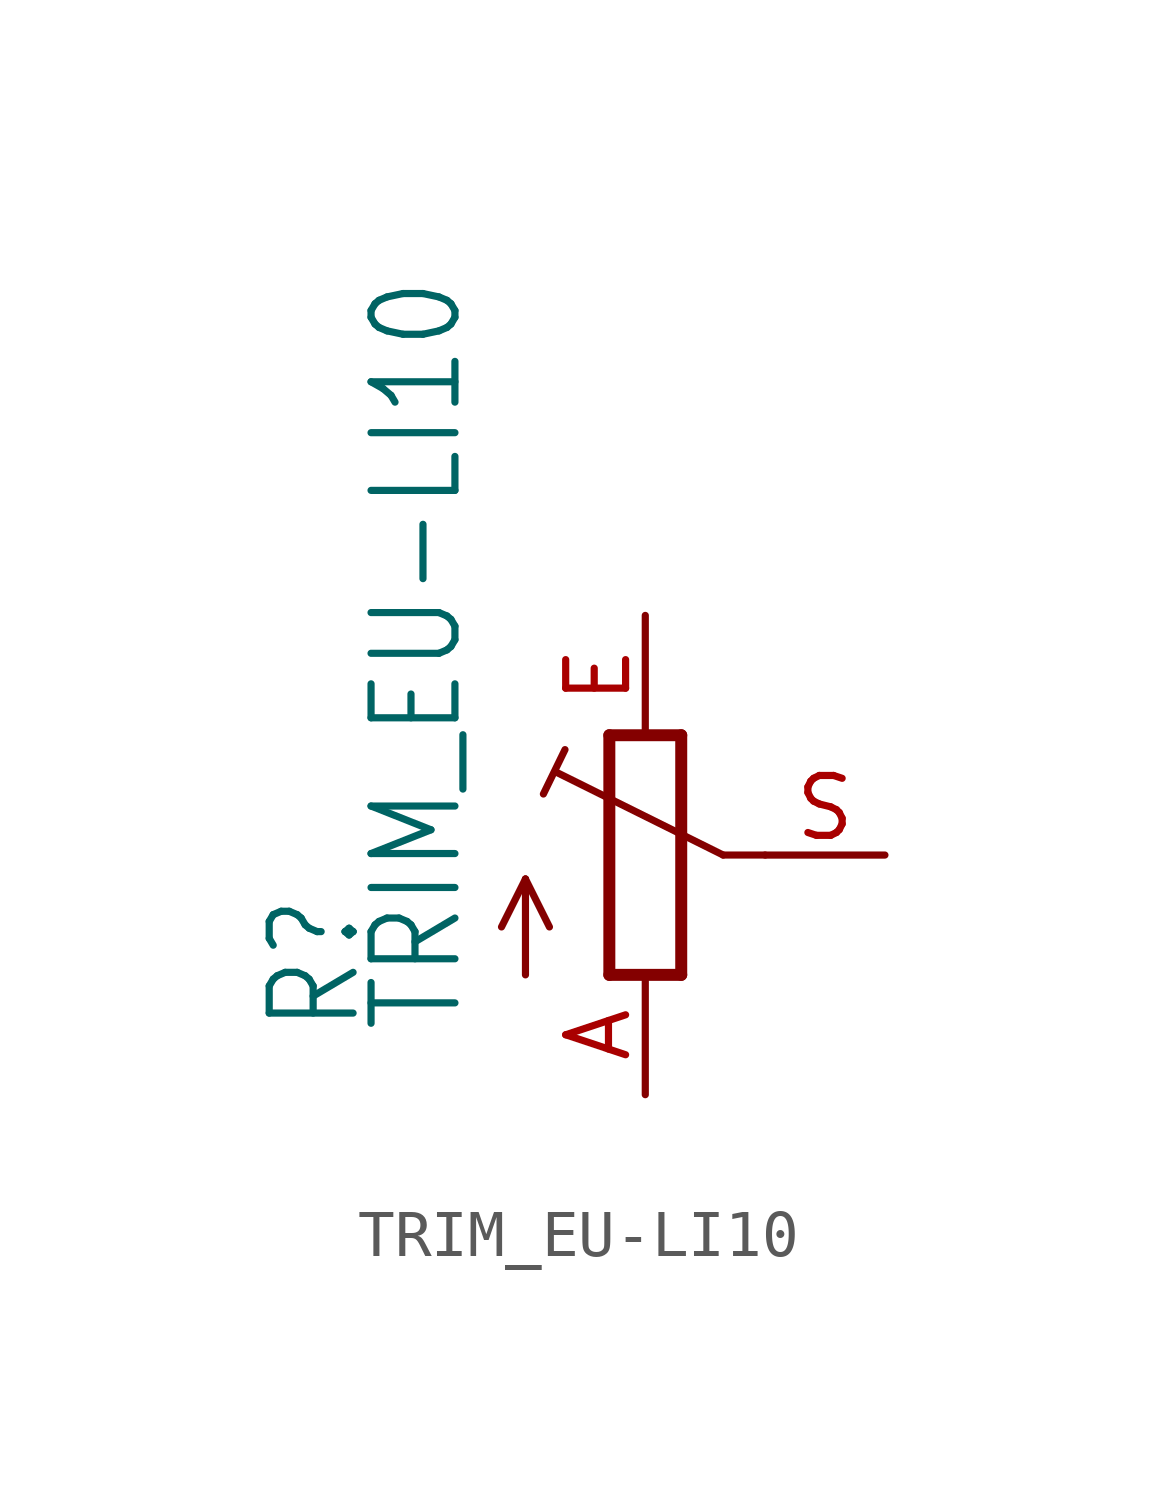
<source format=kicad_sym>
(kicad_symbol_lib
  (version 20211014)
  (generator kicad_symbol_editor)
  (symbol "TRIM_EU-LI10"
    (property "Reference" "R"
      (at -5.969 -3.81 90)
      (effects (font (size 1.778 1.511)) (justify left bottom)))
    (property "Value" "TRIM_EU-LI10"
      (at -3.81 -3.81 90)
      (effects (font (size 1.778 1.511)) (justify left bottom)))
    (property "ki_locked" ""
      (at 0 0 0)
      (effects (font (size 1.27 1.27))))
    (symbol "TRIM_EU-LI10_1_0"
      (polyline (pts (xy -2.54 -2.54) (xy -2.54 -0.508)) (stroke (width 0.152) (type default) (color 0 0 0 0)) (fill (type none)))
      (polyline (pts (xy -2.54 -0.508) (xy -3.048 -1.524)) (stroke (width 0.152) (type default) (color 0 0 0 0)) (fill (type none)))
      (polyline (pts (xy -2.54 -0.508) (xy -2.032 -1.524)) (stroke (width 0.152) (type default) (color 0 0 0 0)) (fill (type none)))
      (polyline (pts (xy -2.16 1.294) (xy -1.702 2.235)) (stroke (width 0.152) (type default) (color 0 0 0 0)) (fill (type none)))
      (polyline (pts (xy -0.762 -2.54) (xy 0.762 -2.54)) (stroke (width 0.254) (type default) (color 0 0 0 0)) (fill (type none)))
      (polyline (pts (xy -0.762 2.54) (xy -0.762 -2.54)) (stroke (width 0.254) (type default) (color 0 0 0 0)) (fill (type none)))
      (polyline (pts (xy 0.762 -2.54) (xy 0.762 2.54)) (stroke (width 0.254) (type default) (color 0 0 0 0)) (fill (type none)))
      (polyline (pts (xy 0.762 2.54) (xy -0.762 2.54)) (stroke (width 0.254) (type default) (color 0 0 0 0)) (fill (type none)))
      (polyline (pts (xy 1.651 0) (xy -1.88 1.753)) (stroke (width 0.152) (type default) (color 0 0 0 0)) (fill (type none)))
      (polyline (pts (xy 2.54 0) (xy 1.651 0)) (stroke (width 0.152) (type default) (color 0 0 0 0)) (fill (type none)))
      (pin passive line (at 0 -5.08 90) (length 2.54) (name "A" (effects (font (size 0 0)))) (number "A" (effects (font (size 1.27 1.27)))))
      (pin passive line (at 0 5.08 270) (length 2.54) (name "E" (effects (font (size 0 0)))) (number "E" (effects (font (size 1.27 1.27)))))
      (pin passive line (at 5.08 0 180) (length 2.54) (name "S" (effects (font (size 0 0)))) (number "S" (effects (font (size 1.27 1.27))))))))
</source>
